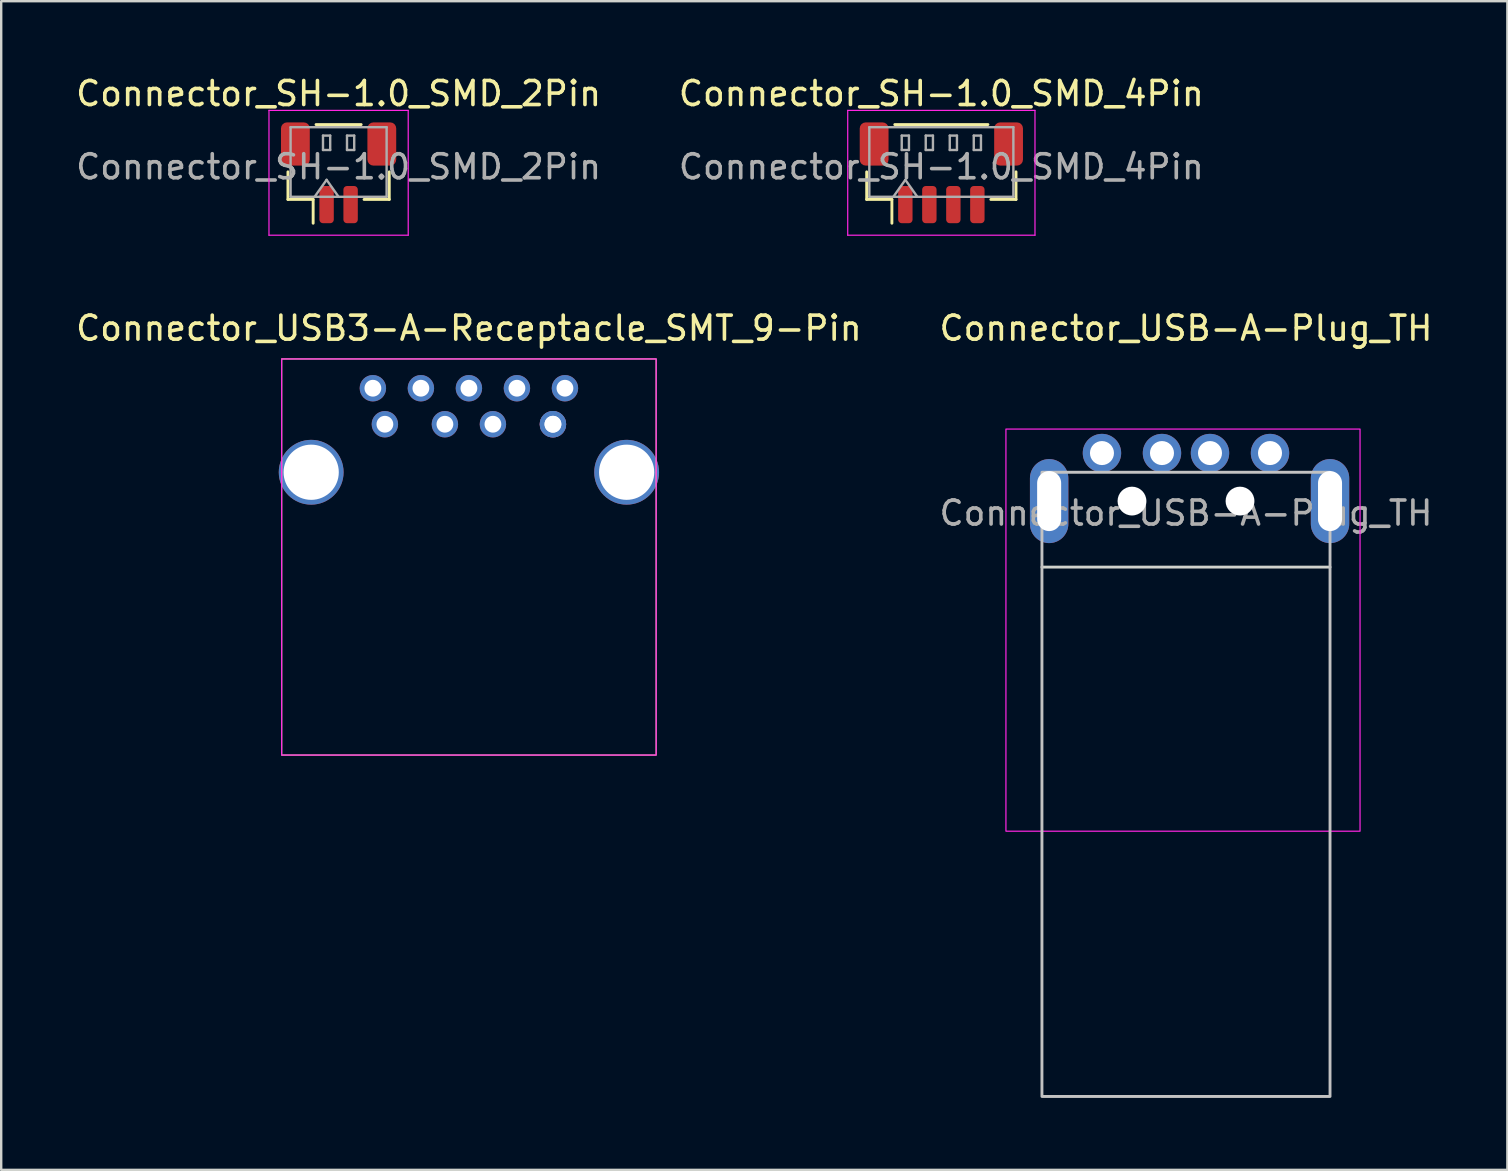
<source format=kicad_pcb>
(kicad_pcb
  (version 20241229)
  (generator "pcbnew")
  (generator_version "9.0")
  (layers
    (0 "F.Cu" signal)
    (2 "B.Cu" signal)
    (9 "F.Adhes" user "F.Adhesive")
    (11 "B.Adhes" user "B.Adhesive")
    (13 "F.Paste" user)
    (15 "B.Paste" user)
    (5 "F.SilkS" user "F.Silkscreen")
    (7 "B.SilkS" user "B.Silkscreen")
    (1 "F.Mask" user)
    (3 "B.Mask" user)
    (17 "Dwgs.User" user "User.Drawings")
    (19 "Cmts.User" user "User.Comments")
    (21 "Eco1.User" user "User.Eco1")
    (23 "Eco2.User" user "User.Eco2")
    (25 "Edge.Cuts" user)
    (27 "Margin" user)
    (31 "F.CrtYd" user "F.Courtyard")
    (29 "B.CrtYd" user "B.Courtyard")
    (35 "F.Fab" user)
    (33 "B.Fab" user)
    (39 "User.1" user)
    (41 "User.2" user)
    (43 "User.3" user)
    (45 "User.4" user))
  (footprint "Connector_USB3-A-Receptacle_SMT_9-Pin"
    (layer "F.Cu")
    (at 16.482 14.621)
    (property "Reference" "Connector_USB3-A-Receptacle_SMT_9-Pin" (at 0 -4 0) (unlocked yes) (layer "F.SilkS") (effects (font (size 1 1) (thickness 0.15))))
    (attr through_hole)
    (fp_rect (start -7.8 -2.72) (end 7.8 13.78) (stroke (width 0.05) (type default)) (fill no) (layer "F.SilkS"))
    (fp_rect (start -7.8 -2.72) (end 7.8 13.78) (stroke (width 0.05) (type default)) (fill no) (layer "F.CrtYd"))
    (pad "1" thru_hole circle (at -3.5 0) (size 1.1 1.1) (drill 0.7) (layers "*.Cu" "*.Mask"))
    (pad "2" thru_hole circle (at -1 0) (size 1.1 1.1) (drill 0.7) (layers "*.Cu" "*.Mask"))
    (pad "3" thru_hole circle (at 1 0) (size 1.1 1.1) (drill 0.7) (layers "*.Cu" "*.Mask"))
    (pad "4" thru_hole circle (at 3.5 0) (size 1.1 1.1) (drill 0.7) (layers "*.Cu" "*.Mask"))
    (pad "4" thru_hole circle (at 3.5 0) (size 1.1 1.1) (drill 0.7) (layers "*.Cu" "*.Mask"))
    (pad "5" thru_hole circle (at 4 -1.5) (size 1.1 1.1) (drill 0.7) (layers "*.Cu" "*.Mask"))
    (pad "6" thru_hole circle (at 2 -1.5) (size 1.1 1.1) (drill 0.7) (layers "*.Cu" "*.Mask"))
    (pad "7" thru_hole circle (at 0 -1.5) (size 1.1 1.1) (drill 0.7) (layers "*.Cu" "*.Mask"))
    (pad "8" thru_hole circle (at -2 -1.5) (size 1.1 1.1) (drill 0.7) (layers "*.Cu" "*.Mask"))
    (pad "9" thru_hole circle (at -4 -1.5) (size 1.1 1.1) (drill 0.7) (layers "*.Cu" "*.Mask"))
    (pad "10" thru_hole circle (at -6.57 2) (size 2.7 2.7) (drill 2.3) (layers "*.Cu" "*.Mask"))
    (pad "10" thru_hole circle (at 6.57 2) (size 2.7 2.7) (drill 2.3) (layers "*.Cu" "*.Mask")))
  (footprint "Connector_SH-1.0_SMD_4Pin"
    (layer "F.Cu")
    (at 36.161 4.148)
    (property "Reference" "Connector_SH-1.0_SMD_4Pin" (at 0 -3.3 0) (layer "F.SilkS") (effects (font (size 1 1) (thickness 0.15))))
    (attr smd)
    (fp_line (start -3.11 -0.04) (end -3.11 1.11) (stroke (width 0.12) (type solid)) (layer "F.SilkS"))
    (fp_line (start -3.11 1.11) (end -2.06 1.11) (stroke (width 0.12) (type solid)) (layer "F.SilkS"))
    (fp_line (start -2.06 1.11) (end -2.06 2.1) (stroke (width 0.12) (type solid)) (layer "F.SilkS"))
    (fp_line (start -1.94 -2.01) (end 1.94 -2.01) (stroke (width 0.12) (type solid)) (layer "F.SilkS"))
    (fp_line (start 3.11 -0.04) (end 3.11 1.11) (stroke (width 0.12) (type solid)) (layer "F.SilkS"))
    (fp_line (start 3.11 1.11) (end 2.06 1.11) (stroke (width 0.12) (type solid)) (layer "F.SilkS"))
    (fp_line (start -3.9 -2.6) (end -3.9 2.6) (stroke (width 0.05) (type solid)) (layer "F.CrtYd"))
    (fp_line (start -3.9 2.6) (end 3.9 2.6) (stroke (width 0.05) (type solid)) (layer "F.CrtYd"))
    (fp_line (start 3.9 -2.6) (end -3.9 -2.6) (stroke (width 0.05) (type solid)) (layer "F.CrtYd"))
    (fp_line (start 3.9 2.6) (end 3.9 -2.6) (stroke (width 0.05) (type solid)) (layer "F.CrtYd"))
    (fp_line (start -3 -1.9) (end 3 -1.9) (stroke (width 0.1) (type solid)) (layer "F.Fab"))
    (fp_line (start -3 1) (end -3 -1.9) (stroke (width 0.1) (type solid)) (layer "F.Fab"))
    (fp_line (start -3 1) (end 3 1) (stroke (width 0.1) (type solid)) (layer "F.Fab"))
    (fp_line (start -2 1) (end -1.5 0.293) (stroke (width 0.1) (type solid)) (layer "F.Fab"))
    (fp_line (start -1.65 -1.55) (end -1.65 -0.95) (stroke (width 0.1) (type solid)) (layer "F.Fab"))
    (fp_line (start -1.65 -0.95) (end -1.35 -0.95) (stroke (width 0.1) (type solid)) (layer "F.Fab"))
    (fp_line (start -1.5 0.293) (end -1 1) (stroke (width 0.1) (type solid)) (layer "F.Fab"))
    (fp_line (start -1.35 -1.55) (end -1.65 -1.55) (stroke (width 0.1) (type solid)) (layer "F.Fab"))
    (fp_line (start -1.35 -0.95) (end -1.35 -1.55) (stroke (width 0.1) (type solid)) (layer "F.Fab"))
    (fp_line (start -0.65 -1.55) (end -0.65 -0.95) (stroke (width 0.1) (type solid)) (layer "F.Fab"))
    (fp_line (start -0.65 -0.95) (end -0.35 -0.95) (stroke (width 0.1) (type solid)) (layer "F.Fab"))
    (fp_line (start -0.35 -1.55) (end -0.65 -1.55) (stroke (width 0.1) (type solid)) (layer "F.Fab"))
    (fp_line (start -0.35 -0.95) (end -0.35 -1.55) (stroke (width 0.1) (type solid)) (layer "F.Fab"))
    (fp_line (start 0.35 -1.55) (end 0.35 -0.95) (stroke (width 0.1) (type solid)) (layer "F.Fab"))
    (fp_line (start 0.35 -0.95) (end 0.65 -0.95) (stroke (width 0.1) (type solid)) (layer "F.Fab"))
    (fp_line (start 0.65 -1.55) (end 0.35 -1.55) (stroke (width 0.1) (type solid)) (layer "F.Fab"))
    (fp_line (start 0.65 -0.95) (end 0.65 -1.55) (stroke (width 0.1) (type solid)) (layer "F.Fab"))
    (fp_line (start 1.35 -1.55) (end 1.35 -0.95) (stroke (width 0.1) (type solid)) (layer "F.Fab"))
    (fp_line (start 1.35 -0.95) (end 1.65 -0.95) (stroke (width 0.1) (type solid)) (layer "F.Fab"))
    (fp_line (start 1.65 -1.55) (end 1.35 -1.55) (stroke (width 0.1) (type solid)) (layer "F.Fab"))
    (fp_line (start 1.65 -0.95) (end 1.65 -1.55) (stroke (width 0.1) (type solid)) (layer "F.Fab"))
    (fp_line (start 3 1) (end 3 -1.9) (stroke (width 0.1) (type solid)) (layer "F.Fab"))
    (fp_text user "${REFERENCE}" (at 0 -0.25 0) (layer "F.Fab") (effects (font (size 1 1) (thickness 0.15))))
    (pad "" smd roundrect (at -2.8 -1.2) (size 1.2 1.8) (layers "F.Cu" "F.Mask" "F.Paste") (roundrect_rratio 0.208))
    (pad "" smd roundrect (at 2.8 -1.2) (size 1.2 1.8) (layers "F.Cu" "F.Mask" "F.Paste") (roundrect_rratio 0.208))
    (pad "1" smd roundrect (at -1.5 1.325) (size 0.6 1.55) (layers "F.Cu" "F.Mask" "F.Paste") (roundrect_rratio 0.25))
    (pad "2" smd roundrect (at -0.5 1.325) (size 0.6 1.55) (layers "F.Cu" "F.Mask" "F.Paste") (roundrect_rratio 0.25))
    (pad "3" smd roundrect (at 0.5 1.325) (size 0.6 1.55) (layers "F.Cu" "F.Mask" "F.Paste") (roundrect_rratio 0.25))
    (pad "4" smd roundrect (at 1.5 1.325) (size 0.6 1.55) (layers "F.Cu" "F.Mask" "F.Paste") (roundrect_rratio 0.25)))
  (footprint "Connector_SH-1.0_SMD_2Pin"
    (layer "F.Cu")
    (at 11.054 4.148)
    (property "Reference" "Connector_SH-1.0_SMD_2Pin" (at 0 -3.3 0) (layer "F.SilkS") (effects (font (size 1 1) (thickness 0.15))))
    (attr smd)
    (fp_line (start -2.11 -0.04) (end -2.11 1.11) (stroke (width 0.12) (type solid)) (layer "F.SilkS"))
    (fp_line (start -2.11 1.11) (end -1.06 1.11) (stroke (width 0.12) (type solid)) (layer "F.SilkS"))
    (fp_line (start -1.06 1.11) (end -1.06 2.1) (stroke (width 0.12) (type solid)) (layer "F.SilkS"))
    (fp_line (start -0.94 -2.01) (end 0.94 -2.01) (stroke (width 0.12) (type solid)) (layer "F.SilkS"))
    (fp_line (start 2.11 -0.04) (end 2.11 1.11) (stroke (width 0.12) (type solid)) (layer "F.SilkS"))
    (fp_line (start 2.11 1.11) (end 1.06 1.11) (stroke (width 0.12) (type solid)) (layer "F.SilkS"))
    (fp_line (start -2.9 -2.6) (end -2.9 2.6) (stroke (width 0.05) (type solid)) (layer "F.CrtYd"))
    (fp_line (start -2.9 2.6) (end 2.9 2.6) (stroke (width 0.05) (type solid)) (layer "F.CrtYd"))
    (fp_line (start 2.9 -2.6) (end -2.9 -2.6) (stroke (width 0.05) (type solid)) (layer "F.CrtYd"))
    (fp_line (start 2.9 2.6) (end 2.9 -2.6) (stroke (width 0.05) (type solid)) (layer "F.CrtYd"))
    (fp_line (start -2 -1.9) (end 2 -1.9) (stroke (width 0.1) (type solid)) (layer "F.Fab"))
    (fp_line (start -2 1) (end -2 -1.9) (stroke (width 0.1) (type solid)) (layer "F.Fab"))
    (fp_line (start -2 1) (end 2 1) (stroke (width 0.1) (type solid)) (layer "F.Fab"))
    (fp_line (start -1 1) (end -0.5 0.293) (stroke (width 0.1) (type solid)) (layer "F.Fab"))
    (fp_line (start -0.65 -1.55) (end -0.65 -0.95) (stroke (width 0.1) (type solid)) (layer "F.Fab"))
    (fp_line (start -0.65 -0.95) (end -0.35 -0.95) (stroke (width 0.1) (type solid)) (layer "F.Fab"))
    (fp_line (start -0.5 0.293) (end 0 1) (stroke (width 0.1) (type solid)) (layer "F.Fab"))
    (fp_line (start -0.35 -1.55) (end -0.65 -1.55) (stroke (width 0.1) (type solid)) (layer "F.Fab"))
    (fp_line (start -0.35 -0.95) (end -0.35 -1.55) (stroke (width 0.1) (type solid)) (layer "F.Fab"))
    (fp_line (start 0.35 -1.55) (end 0.35 -0.95) (stroke (width 0.1) (type solid)) (layer "F.Fab"))
    (fp_line (start 0.35 -0.95) (end 0.65 -0.95) (stroke (width 0.1) (type solid)) (layer "F.Fab"))
    (fp_line (start 0.65 -1.55) (end 0.35 -1.55) (stroke (width 0.1) (type solid)) (layer "F.Fab"))
    (fp_line (start 0.65 -0.95) (end 0.65 -1.55) (stroke (width 0.1) (type solid)) (layer "F.Fab"))
    (fp_line (start 2 1) (end 2 -1.9) (stroke (width 0.1) (type solid)) (layer "F.Fab"))
    (fp_text user "${REFERENCE}" (at 0 -0.25 0) (layer "F.Fab") (effects (font (size 1 1) (thickness 0.15))))
    (pad "" smd roundrect (at -1.8 -1.2) (size 1.2 1.8) (layers "F.Cu" "F.Mask" "F.Paste") (roundrect_rratio 0.208))
    (pad "" smd roundrect (at 1.8 -1.2) (size 1.2 1.8) (layers "F.Cu" "F.Mask" "F.Paste") (roundrect_rratio 0.208))
    (pad "1" smd roundrect (at -0.5 1.325) (size 0.6 1.55) (layers "F.Cu" "F.Mask" "F.Paste") (roundrect_rratio 0.25))
    (pad "2" smd roundrect (at 0.5 1.325) (size 0.6 1.55) (layers "F.Cu" "F.Mask" "F.Paste") (roundrect_rratio 0.25)))
  (footprint "Connector_USB-A-Plug_TH"
    (layer "F.Cu")
    (at 46.351 17.822)
    (property "Reference" "Connector_USB-A-Plug_TH" (at 0 -7.2 0) (unlocked yes) (layer "F.SilkS") (effects (font (size 1 1) (thickness 0.15))))
    (attr through_hole)
    (fp_rect (start -6 -1.2) (end 6 24.8) (stroke (width 0.12) (type default)) (fill no) (layer "Dwgs.User"))
    (fp_line (start -6 2.75) (end 6 2.75) (stroke (width 0.12) (type default)) (layer "Edge.Cuts"))
    (fp_rect (start -7.5 -3) (end 7.25 13.75) (stroke (width 0.05) (type default)) (fill no) (layer "F.CrtYd"))
    (fp_text user "${REFERENCE}" (at 0 0.5 0) (unlocked yes) (layer "F.Fab") (effects (font (size 1 1) (thickness 0.15))))
    (pad "" thru_hole oval (at -5.7 0) (size 1.6 3.5) (drill oval 1 2.5) (layers "*.Cu" "*.Mask"))
    (pad "" np_thru_hole circle (at -2.25 0) (size 1.2 1.2) (drill 1.2) (layers "*.Cu" "*.Mask"))
    (pad "" np_thru_hole circle (at 2.25 0) (size 1.2 1.2) (drill 1.2) (layers "*.Cu" "*.Mask"))
    (pad "" thru_hole oval (at 6 0) (size 1.6 3.5) (drill oval 1 2.5) (layers "*.Cu" "*.Mask"))
    (pad "1" thru_hole circle (at 3.5 -2) (size 1.6 1.6) (drill 1) (layers "*.Cu" "*.Mask"))
    (pad "2" thru_hole circle (at 1 -2) (size 1.6 1.6) (drill 1) (layers "*.Cu" "*.Mask"))
    (pad "3" thru_hole circle (at -1 -2) (size 1.6 1.6) (drill 1) (layers "*.Cu" "*.Mask"))
    (pad "4" thru_hole circle (at -3.5 -2) (size 1.6 1.6) (drill 1) (layers "*.Cu" "*.Mask")))
  (gr_rect
    (start -3 -3)
    (end 59.738 45.681)
    (stroke (width 0.1) (type default))
    (fill no)
    (layer "Edge.Cuts")))
</source>
